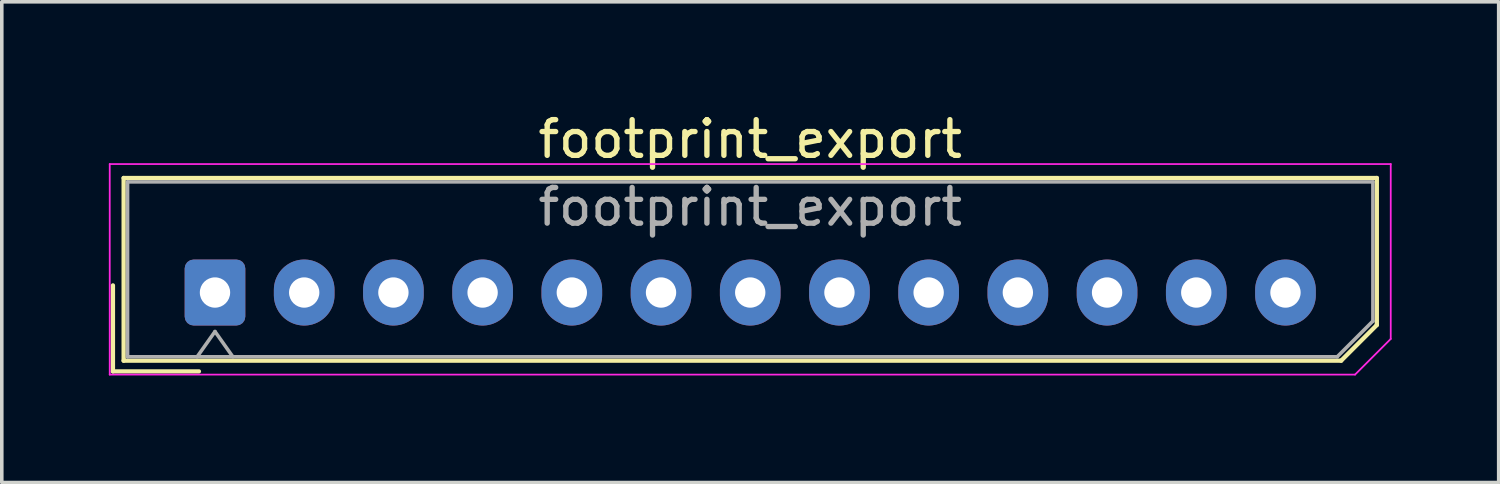
<source format=kicad_pcb>
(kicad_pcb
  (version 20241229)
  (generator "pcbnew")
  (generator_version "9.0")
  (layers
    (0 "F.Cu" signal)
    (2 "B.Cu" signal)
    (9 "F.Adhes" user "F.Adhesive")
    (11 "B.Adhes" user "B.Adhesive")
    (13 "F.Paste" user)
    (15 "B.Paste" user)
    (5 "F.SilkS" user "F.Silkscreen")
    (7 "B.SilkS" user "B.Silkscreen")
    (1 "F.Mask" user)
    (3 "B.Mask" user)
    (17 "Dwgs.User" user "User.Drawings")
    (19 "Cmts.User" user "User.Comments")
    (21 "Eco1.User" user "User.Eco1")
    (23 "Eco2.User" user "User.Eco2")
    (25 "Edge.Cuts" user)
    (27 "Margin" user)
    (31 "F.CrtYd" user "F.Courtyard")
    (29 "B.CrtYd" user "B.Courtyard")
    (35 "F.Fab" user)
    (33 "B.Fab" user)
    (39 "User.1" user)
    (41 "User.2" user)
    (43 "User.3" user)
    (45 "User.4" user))
  (footprint "footprint_export"
    (layer "F.Cu")
    (at 2.975 5.148)
    (property "Reference" "footprint_export" (at 15 -4.3 0) (layer "F.SilkS") (effects (font (size 1 1) (thickness 0.15))))
    (attr through_hole)
    (fp_line (start -2.86 -0.2) (end -2.86 2.21) (stroke (width 0.12) (type solid)) (layer "F.SilkS"))
    (fp_line (start -2.86 2.21) (end -0.45 2.21) (stroke (width 0.12) (type solid)) (layer "F.SilkS"))
    (fp_line (start -2.56 -3.21) (end -2.56 1.91) (stroke (width 0.12) (type solid)) (layer "F.SilkS"))
    (fp_line (start -2.56 1.91) (end 31.56 1.91) (stroke (width 0.12) (type solid)) (layer "F.SilkS"))
    (fp_line (start 31.56 1.91) (end 32.56 0.91) (stroke (width 0.12) (type solid)) (layer "F.SilkS"))
    (fp_line (start 32.56 -3.21) (end -2.56 -3.21) (stroke (width 0.12) (type solid)) (layer "F.SilkS"))
    (fp_line (start 32.56 0.91) (end 32.56 -3.21) (stroke (width 0.12) (type solid)) (layer "F.SilkS"))
    (fp_line (start -2.95 -3.6) (end -2.95 2.3) (stroke (width 0.05) (type solid)) (layer "F.CrtYd"))
    (fp_line (start -2.95 2.3) (end 31.95 2.3) (stroke (width 0.05) (type solid)) (layer "F.CrtYd"))
    (fp_line (start 31.95 2.3) (end 32.95 1.3) (stroke (width 0.05) (type solid)) (layer "F.CrtYd"))
    (fp_line (start 32.95 -3.6) (end -2.95 -3.6) (stroke (width 0.05) (type solid)) (layer "F.CrtYd"))
    (fp_line (start 32.95 1.3) (end 32.95 -3.6) (stroke (width 0.05) (type solid)) (layer "F.CrtYd"))
    (fp_line (start -2.45 -3.1) (end -2.45 1.8) (stroke (width 0.1) (type solid)) (layer "F.Fab"))
    (fp_line (start -2.45 1.8) (end 31.45 1.8) (stroke (width 0.1) (type solid)) (layer "F.Fab"))
    (fp_line (start -0.5 1.8) (end 0 1.093) (stroke (width 0.1) (type solid)) (layer "F.Fab"))
    (fp_line (start 0 1.093) (end 0.5 1.8) (stroke (width 0.1) (type solid)) (layer "F.Fab"))
    (fp_line (start 31.45 1.8) (end 32.45 0.8) (stroke (width 0.1) (type solid)) (layer "F.Fab"))
    (fp_line (start 32.45 -3.1) (end -2.45 -3.1) (stroke (width 0.1) (type solid)) (layer "F.Fab"))
    (fp_line (start 32.45 0.8) (end 32.45 -3.1) (stroke (width 0.1) (type solid)) (layer "F.Fab"))
    (fp_text user "${REFERENCE}" (at 15 -2.4 0) (layer "F.Fab") (effects (font (size 1 1) (thickness 0.15))))
    (pad "1" thru_hole roundrect (at 0 0) (size 1.7 1.85) (drill 0.85) (layers "*.Cu" "*.Mask") (roundrect_rratio 0.147))
    (pad "2" thru_hole oval (at 2.5 0) (size 1.7 1.85) (drill 0.85) (layers "*.Cu" "*.Mask"))
    (pad "3" thru_hole oval (at 5 0) (size 1.7 1.85) (drill 0.85) (layers "*.Cu" "*.Mask"))
    (pad "4" thru_hole oval (at 7.5 0) (size 1.7 1.85) (drill 0.85) (layers "*.Cu" "*.Mask"))
    (pad "5" thru_hole oval (at 10 0) (size 1.7 1.85) (drill 0.85) (layers "*.Cu" "*.Mask"))
    (pad "6" thru_hole oval (at 12.5 0) (size 1.7 1.85) (drill 0.85) (layers "*.Cu" "*.Mask"))
    (pad "7" thru_hole oval (at 15 0) (size 1.7 1.85) (drill 0.85) (layers "*.Cu" "*.Mask"))
    (pad "8" thru_hole oval (at 17.5 0) (size 1.7 1.85) (drill 0.85) (layers "*.Cu" "*.Mask"))
    (pad "9" thru_hole oval (at 20 0) (size 1.7 1.85) (drill 0.85) (layers "*.Cu" "*.Mask"))
    (pad "10" thru_hole oval (at 22.5 0) (size 1.7 1.85) (drill 0.85) (layers "*.Cu" "*.Mask"))
    (pad "11" thru_hole oval (at 25 0) (size 1.7 1.85) (drill 0.85) (layers "*.Cu" "*.Mask"))
    (pad "12" thru_hole oval (at 27.5 0) (size 1.7 1.85) (drill 0.85) (layers "*.Cu" "*.Mask"))
    (pad "13" thru_hole oval (at 30 0) (size 1.7 1.85) (drill 0.85) (layers "*.Cu" "*.Mask")))
  (gr_rect
    (start -3 -3)
    (end 38.95 10.473)
    (stroke (width 0.1) (type default))
    (fill no)
    (layer "Edge.Cuts")))
</source>
